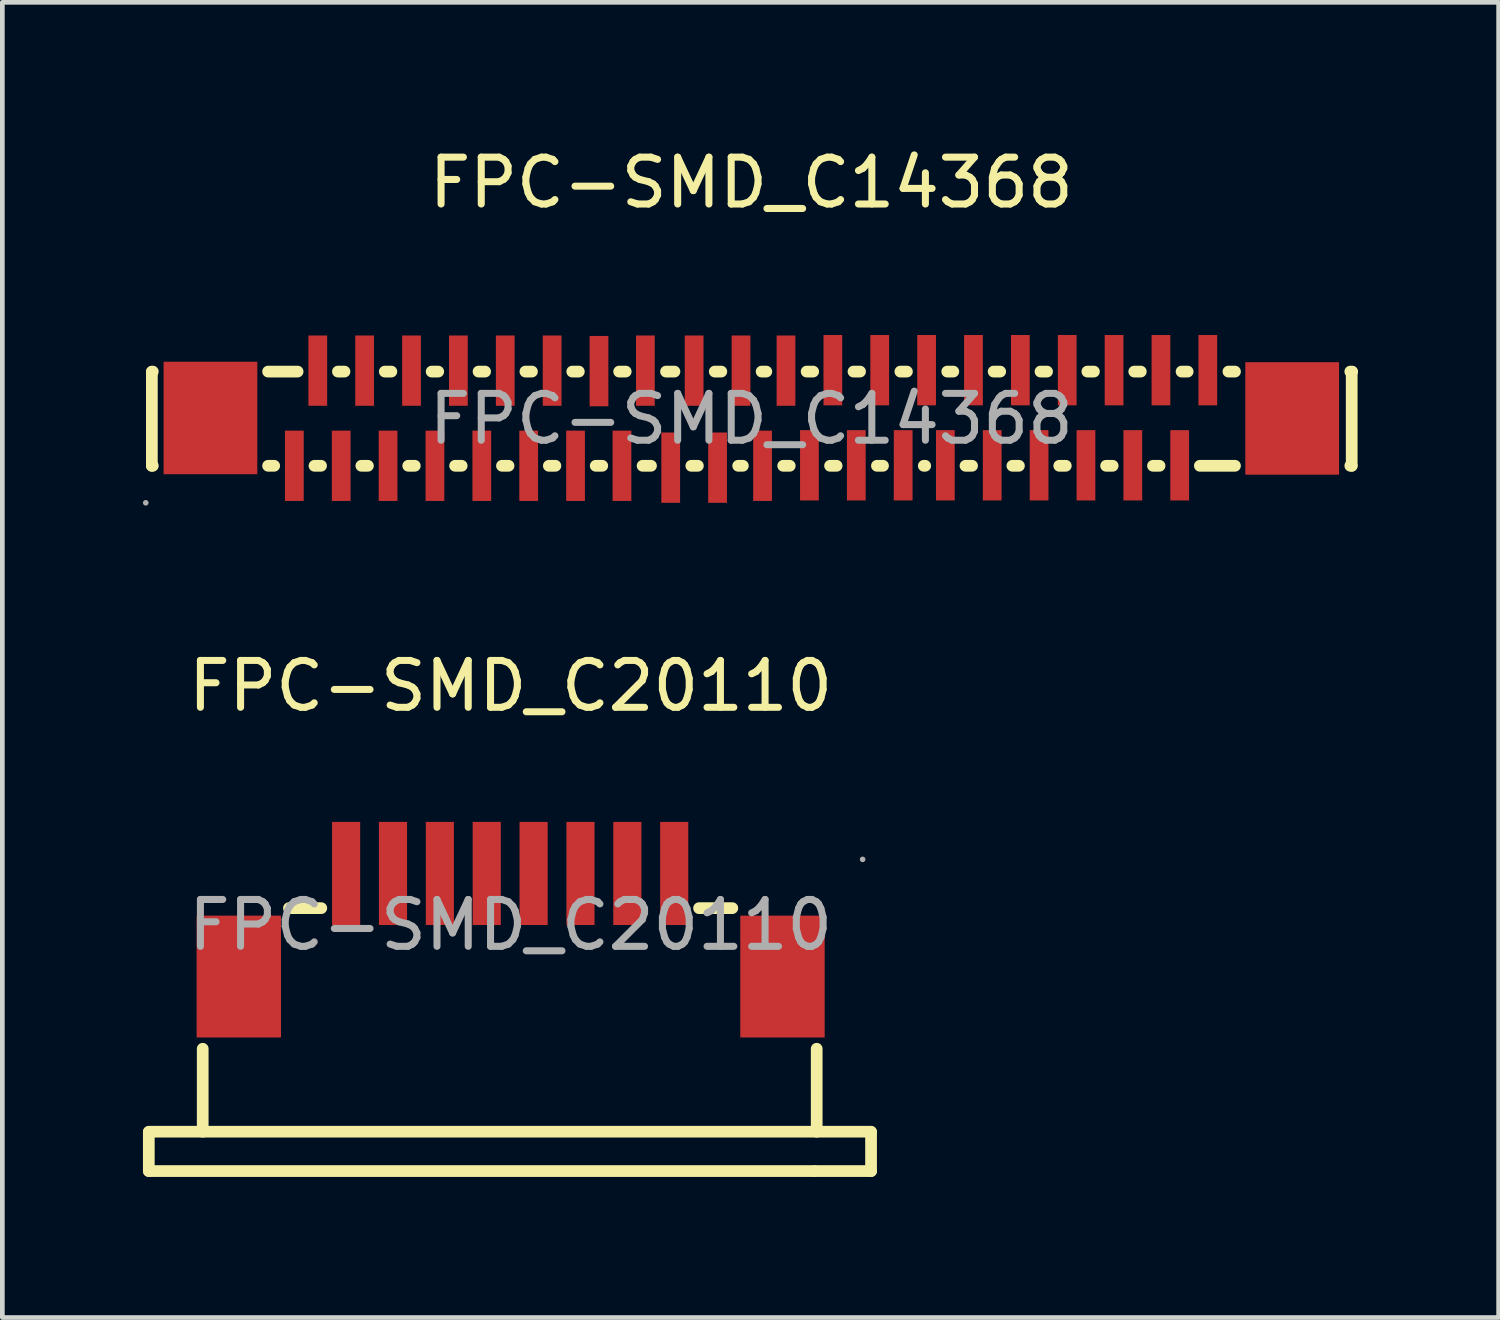
<source format=kicad_pcb>
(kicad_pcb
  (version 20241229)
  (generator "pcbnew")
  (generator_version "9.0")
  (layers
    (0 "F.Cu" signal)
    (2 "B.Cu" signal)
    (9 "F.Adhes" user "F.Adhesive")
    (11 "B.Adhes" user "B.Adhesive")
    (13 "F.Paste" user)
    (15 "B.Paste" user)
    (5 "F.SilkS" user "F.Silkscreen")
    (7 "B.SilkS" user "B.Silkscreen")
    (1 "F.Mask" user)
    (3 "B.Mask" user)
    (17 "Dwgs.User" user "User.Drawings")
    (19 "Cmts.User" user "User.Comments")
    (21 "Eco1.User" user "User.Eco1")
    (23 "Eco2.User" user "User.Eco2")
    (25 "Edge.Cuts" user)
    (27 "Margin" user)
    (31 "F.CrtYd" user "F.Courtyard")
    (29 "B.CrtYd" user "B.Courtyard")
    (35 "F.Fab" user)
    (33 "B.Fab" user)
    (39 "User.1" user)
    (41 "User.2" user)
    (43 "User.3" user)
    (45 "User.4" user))
  (footprint "FPC-SMD_C20110"
    (layer "F.Cu")
    (at 7.845 16.686)
    (property "Reference" "FPC-SMD_C20110" (at 0 -5.1 0) (layer "F.SilkS") (effects (font (size 1 1) (thickness 0.15))))
    (attr through_hole)
    (fp_line (start -7.72 5.25) (end -7.72 4.42) (stroke (width 0.25) (type solid)) (layer "F.SilkS"))
    (fp_line (start -7.72 5.25) (end 6.48 5.25) (stroke (width 0.25) (type solid)) (layer "F.SilkS"))
    (fp_line (start -6.57 4.41) (end -6.57 2.64) (stroke (width 0.25) (type solid)) (layer "F.SilkS"))
    (fp_line (start -4.73 -0.36) (end -4.04 -0.36) (stroke (width 0.25) (type solid)) (layer "F.SilkS"))
    (fp_line (start 4.02 -0.36) (end 4.73 -0.36) (stroke (width 0.25) (type solid)) (layer "F.SilkS"))
    (fp_line (start 6.53 4.41) (end 6.53 2.64) (stroke (width 0.25) (type solid)) (layer "F.SilkS"))
    (fp_line (start 7.69 4.41) (end -7.72 4.41) (stroke (width 0.25) (type solid)) (layer "F.SilkS"))
    (fp_line (start 7.69 5.25) (end 6.49 5.25) (stroke (width 0.25) (type solid)) (layer "F.SilkS"))
    (fp_line (start 7.69 5.25) (end 7.69 4.42) (stroke (width 0.25) (type solid)) (layer "F.SilkS"))
    (fp_circle (center 7.51 -1.4) (end 7.54 -1.4) (stroke (width 0.06) (type solid)) (fill no) (layer "F.Fab"))
    (fp_text user "${REFERENCE}" (at 0 0 0) (layer "F.Fab") (effects (font (size 1 1) (thickness 0.15))))
    (pad "1" smd rect (at 3.49 -1.1 180) (size 0.6 2.2) (layers "F.Cu" "F.Mask" "F.Paste"))
    (pad "2" smd rect (at 2.49 -1.1 180) (size 0.6 2.2) (layers "F.Cu" "F.Mask" "F.Paste"))
    (pad "3" smd rect (at 1.49 -1.1 180) (size 0.6 2.2) (layers "F.Cu" "F.Mask" "F.Paste"))
    (pad "4" smd rect (at 0.49 -1.1 180) (size 0.6 2.2) (layers "F.Cu" "F.Mask" "F.Paste"))
    (pad "5" smd rect (at -0.51 -1.1 180) (size 0.6 2.2) (layers "F.Cu" "F.Mask" "F.Paste"))
    (pad "6" smd rect (at -1.51 -1.1 180) (size 0.6 2.2) (layers "F.Cu" "F.Mask" "F.Paste"))
    (pad "7" smd rect (at -2.51 -1.1 180) (size 0.6 2.2) (layers "F.Cu" "F.Mask" "F.Paste"))
    (pad "8" smd rect (at -3.51 -1.1 180) (size 0.6 2.2) (layers "F.Cu" "F.Mask" "F.Paste"))
    (pad "9" smd rect (at -5.8 1.1 270) (size 2.6 1.8) (layers "F.Cu" "F.Mask" "F.Paste"))
    (pad "10" smd rect (at 5.8 1.1 270) (size 2.6 1.8) (layers "F.Cu" "F.Mask" "F.Paste")))
  (footprint "FPC-SMD_C14368"
    (layer "F.Cu")
    (at 12.98 5.888)
    (property "Reference" "FPC-SMD_C14368" (at 0 -5.04 0) (layer "F.SilkS") (effects (font (size 1 1) (thickness 0.15))))
    (attr through_hole)
    (fp_line (start -12.79 -1.01) (end -12.77 -1.01) (stroke (width 0.25) (type solid)) (layer "F.SilkS"))
    (fp_line (start -12.79 -1) (end -12.79 1) (stroke (width 0.25) (type solid)) (layer "F.SilkS"))
    (fp_line (start -12.77 1) (end -12.79 1) (stroke (width 0.25) (type solid)) (layer "F.SilkS"))
    (fp_line (start -10.31 -1.01) (end -9.68 -1.01) (stroke (width 0.25) (type solid)) (layer "F.SilkS"))
    (fp_line (start -10.18 1) (end -10.31 1) (stroke (width 0.25) (type solid)) (layer "F.SilkS"))
    (fp_line (start -9.18 1) (end -9.32 1) (stroke (width 0.25) (type solid)) (layer "F.SilkS"))
    (fp_line (start -8.82 -1.01) (end -8.68 -1.01) (stroke (width 0.25) (type solid)) (layer "F.SilkS"))
    (fp_line (start -8.18 1) (end -8.32 1) (stroke (width 0.25) (type solid)) (layer "F.SilkS"))
    (fp_line (start -7.82 -1.01) (end -7.68 -1.01) (stroke (width 0.25) (type solid)) (layer "F.SilkS"))
    (fp_line (start -7.18 1) (end -7.32 1) (stroke (width 0.25) (type solid)) (layer "F.SilkS"))
    (fp_line (start -6.82 -1.01) (end -6.68 -1.01) (stroke (width 0.25) (type solid)) (layer "F.SilkS"))
    (fp_line (start -6.18 1) (end -6.32 1) (stroke (width 0.25) (type solid)) (layer "F.SilkS"))
    (fp_line (start -5.82 -1.01) (end -5.68 -1.01) (stroke (width 0.25) (type solid)) (layer "F.SilkS"))
    (fp_line (start -5.18 1) (end -5.32 1) (stroke (width 0.25) (type solid)) (layer "F.SilkS"))
    (fp_line (start -4.82 -1.01) (end -4.68 -1.01) (stroke (width 0.25) (type solid)) (layer "F.SilkS"))
    (fp_line (start -4.18 1) (end -4.32 1) (stroke (width 0.25) (type solid)) (layer "F.SilkS"))
    (fp_line (start -3.82 -1.01) (end -3.68 -1.01) (stroke (width 0.25) (type solid)) (layer "F.SilkS"))
    (fp_line (start -3.18 1) (end -3.32 1) (stroke (width 0.25) (type solid)) (layer "F.SilkS"))
    (fp_line (start -2.82 -1.01) (end -2.68 -1.01) (stroke (width 0.25) (type solid)) (layer "F.SilkS"))
    (fp_line (start -2.14 1) (end -2.32 1) (stroke (width 0.25) (type solid)) (layer "F.SilkS"))
    (fp_line (start -1.82 -1.01) (end -1.64 -1.01) (stroke (width 0.25) (type solid)) (layer "F.SilkS"))
    (fp_line (start -1.14 1) (end -1.28 1) (stroke (width 0.25) (type solid)) (layer "F.SilkS"))
    (fp_line (start -0.78 -1.01) (end -0.64 -1.01) (stroke (width 0.25) (type solid)) (layer "F.SilkS"))
    (fp_line (start -0.18 1) (end -0.28 1) (stroke (width 0.25) (type solid)) (layer "F.SilkS"))
    (fp_line (start 0.22 -1.01) (end 0.32 -1.01) (stroke (width 0.25) (type solid)) (layer "F.SilkS"))
    (fp_line (start 0.82 1) (end 0.68 1) (stroke (width 0.25) (type solid)) (layer "F.SilkS"))
    (fp_line (start 1.18 -1.01) (end 1.32 -1.01) (stroke (width 0.25) (type solid)) (layer "F.SilkS"))
    (fp_line (start 1.82 1) (end 1.68 1) (stroke (width 0.25) (type solid)) (layer "F.SilkS"))
    (fp_line (start 2.18 -1.01) (end 2.32 -1.01) (stroke (width 0.25) (type solid)) (layer "F.SilkS"))
    (fp_line (start 2.81 1) (end 2.68 1) (stroke (width 0.25) (type solid)) (layer "F.SilkS"))
    (fp_line (start 3.18 -1.01) (end 3.32 -1.01) (stroke (width 0.25) (type solid)) (layer "F.SilkS"))
    (fp_line (start 3.71 1) (end 3.68 1) (stroke (width 0.25) (type solid)) (layer "F.SilkS"))
    (fp_line (start 4.18 -1.01) (end 4.31 -1.01) (stroke (width 0.25) (type solid)) (layer "F.SilkS"))
    (fp_line (start 4.71 1) (end 4.57 1) (stroke (width 0.25) (type solid)) (layer "F.SilkS"))
    (fp_line (start 5.17 -1.01) (end 5.31 -1.01) (stroke (width 0.25) (type solid)) (layer "F.SilkS"))
    (fp_line (start 5.71 1) (end 5.57 1) (stroke (width 0.25) (type solid)) (layer "F.SilkS"))
    (fp_line (start 6.17 -1.01) (end 6.31 -1.01) (stroke (width 0.25) (type solid)) (layer "F.SilkS"))
    (fp_line (start 6.71 1) (end 6.57 1) (stroke (width 0.25) (type solid)) (layer "F.SilkS"))
    (fp_line (start 7.17 -1.01) (end 7.31 -1.01) (stroke (width 0.25) (type solid)) (layer "F.SilkS"))
    (fp_line (start 7.71 1) (end 7.57 1) (stroke (width 0.25) (type solid)) (layer "F.SilkS"))
    (fp_line (start 8.17 -1.01) (end 8.31 -1.01) (stroke (width 0.25) (type solid)) (layer "F.SilkS"))
    (fp_line (start 8.71 1) (end 8.57 1) (stroke (width 0.25) (type solid)) (layer "F.SilkS"))
    (fp_line (start 9.18 -1.01) (end 9.31 -1.01) (stroke (width 0.25) (type solid)) (layer "F.SilkS"))
    (fp_line (start 10.18 -1.01) (end 10.32 -1.01) (stroke (width 0.25) (type solid)) (layer "F.SilkS"))
    (fp_line (start 10.32 1) (end 9.57 1) (stroke (width 0.25) (type solid)) (layer "F.SilkS"))
    (fp_line (start 12.78 -1.01) (end 12.82 -1.01) (stroke (width 0.25) (type solid)) (layer "F.SilkS"))
    (fp_line (start 12.81 1) (end 12.78 1) (stroke (width 0.25) (type solid)) (layer "F.SilkS"))
    (fp_line (start 12.81 1) (end 12.81 -1) (stroke (width 0.25) (type solid)) (layer "F.SilkS"))
    (fp_circle (center -12.92 1.79) (end -12.89 1.79) (stroke (width 0.06) (type solid)) (fill no) (layer "F.Fab"))
    (fp_text user "${REFERENCE}" (at 0 0 0) (layer "F.Fab") (effects (font (size 1 1) (thickness 0.15))))
    (pad "1" smd rect (at -9.75 1) (size 0.4 1.5) (layers "F.Cu" "F.Mask" "F.Paste"))
    (pad "2" smd rect (at -9.25 -1.03) (size 0.4 1.5) (layers "F.Cu" "F.Mask" "F.Paste"))
    (pad "3" smd rect (at -8.75 1) (size 0.4 1.5) (layers "F.Cu" "F.Mask" "F.Paste"))
    (pad "4" smd rect (at -8.25 -1.03) (size 0.4 1.5) (layers "F.Cu" "F.Mask" "F.Paste"))
    (pad "5" smd rect (at -7.75 1) (size 0.4 1.5) (layers "F.Cu" "F.Mask" "F.Paste"))
    (pad "6" smd rect (at -7.25 -1.03) (size 0.4 1.5) (layers "F.Cu" "F.Mask" "F.Paste"))
    (pad "7" smd rect (at -6.75 1) (size 0.4 1.5) (layers "F.Cu" "F.Mask" "F.Paste"))
    (pad "8" smd rect (at -6.25 -1.03) (size 0.4 1.5) (layers "F.Cu" "F.Mask" "F.Paste"))
    (pad "9" smd rect (at -5.75 1) (size 0.4 1.5) (layers "F.Cu" "F.Mask" "F.Paste"))
    (pad "10" smd rect (at -5.25 -1.03) (size 0.4 1.5) (layers "F.Cu" "F.Mask" "F.Paste"))
    (pad "11" smd rect (at -4.75 1) (size 0.4 1.5) (layers "F.Cu" "F.Mask" "F.Paste"))
    (pad "12" smd rect (at -4.25 -1.03) (size 0.4 1.5) (layers "F.Cu" "F.Mask" "F.Paste"))
    (pad "13" smd rect (at -3.75 1) (size 0.4 1.5) (layers "F.Cu" "F.Mask" "F.Paste"))
    (pad "14" smd rect (at -3.25 -1.02) (size 0.4 1.5) (layers "F.Cu" "F.Mask" "F.Paste"))
    (pad "15" smd rect (at -2.76 1) (size 0.4 1.5) (layers "F.Cu" "F.Mask" "F.Paste"))
    (pad "16" smd rect (at -2.26 -1.03) (size 0.4 1.5) (layers "F.Cu" "F.Mask" "F.Paste"))
    (pad "17" smd rect (at -1.72 1.04) (size 0.4 1.5) (layers "F.Cu" "F.Mask" "F.Paste"))
    (pad "18" smd rect (at -1.22 -1.03) (size 0.4 1.5) (layers "F.Cu" "F.Mask" "F.Paste"))
    (pad "19" smd rect (at -0.72 1.04) (size 0.4 1.5) (layers "F.Cu" "F.Mask" "F.Paste"))
    (pad "20" smd rect (at -0.22 -1.03) (size 0.4 1.5) (layers "F.Cu" "F.Mask" "F.Paste"))
    (pad "21" smd rect (at 0.24 1) (size 0.4 1.5) (layers "F.Cu" "F.Mask" "F.Paste"))
    (pad "22" smd rect (at 0.74 -1.03) (size 0.4 1.5) (layers "F.Cu" "F.Mask" "F.Paste"))
    (pad "23" smd rect (at 1.24 0.99) (size 0.4 1.5) (layers "F.Cu" "F.Mask" "F.Paste"))
    (pad "24" smd rect (at 1.74 -1.04) (size 0.4 1.5) (layers "F.Cu" "F.Mask" "F.Paste"))
    (pad "25" smd rect (at 2.24 0.99) (size 0.4 1.5) (layers "F.Cu" "F.Mask" "F.Paste"))
    (pad "26" smd rect (at 2.74 -1.04) (size 0.4 1.5) (layers "F.Cu" "F.Mask" "F.Paste"))
    (pad "27" smd rect (at 3.24 0.99) (size 0.4 1.5) (layers "F.Cu" "F.Mask" "F.Paste"))
    (pad "28" smd rect (at 3.74 -1.04) (size 0.4 1.5) (layers "F.Cu" "F.Mask" "F.Paste"))
    (pad "29" smd rect (at 4.14 0.99) (size 0.4 1.5) (layers "F.Cu" "F.Mask" "F.Paste"))
    (pad "30" smd rect (at 4.74 -1.04) (size 0.4 1.5) (layers "F.Cu" "F.Mask" "F.Paste"))
    (pad "31" smd rect (at 5.14 0.99) (size 0.4 1.5) (layers "F.Cu" "F.Mask" "F.Paste"))
    (pad "32" smd rect (at 5.74 -1.04) (size 0.4 1.5) (layers "F.Cu" "F.Mask" "F.Paste"))
    (pad "33" smd rect (at 6.14 0.99) (size 0.4 1.5) (layers "F.Cu" "F.Mask" "F.Paste"))
    (pad "34" smd rect (at 6.74 -1.04) (size 0.4 1.5) (layers "F.Cu" "F.Mask" "F.Paste"))
    (pad "35" smd rect (at 7.14 0.99) (size 0.4 1.5) (layers "F.Cu" "F.Mask" "F.Paste"))
    (pad "36" smd rect (at 7.74 -1.04) (size 0.4 1.5) (layers "F.Cu" "F.Mask" "F.Paste"))
    (pad "37" smd rect (at 8.14 0.99) (size 0.4 1.5) (layers "F.Cu" "F.Mask" "F.Paste"))
    (pad "38" smd rect (at 8.74 -1.04) (size 0.4 1.5) (layers "F.Cu" "F.Mask" "F.Paste"))
    (pad "39" smd rect (at 9.14 0.99) (size 0.4 1.5) (layers "F.Cu" "F.Mask" "F.Paste"))
    (pad "40" smd rect (at 9.74 -1.04) (size 0.4 1.5) (layers "F.Cu" "F.Mask" "F.Paste"))
    (pad "41" smd rect (at 11.54 -0.01 90) (size 2.4 2) (layers "F.Cu" "F.Mask" "F.Paste"))
    (pad "42" smd rect (at -11.54 -0.02 90) (size 2.4 2) (layers "F.Cu" "F.Mask" "F.Paste")))
  (gr_rect
    (start -3 -3)
    (end 28.925 25.061)
    (stroke (width 0.1) (type default))
    (fill no)
    (layer "Edge.Cuts")))
</source>
